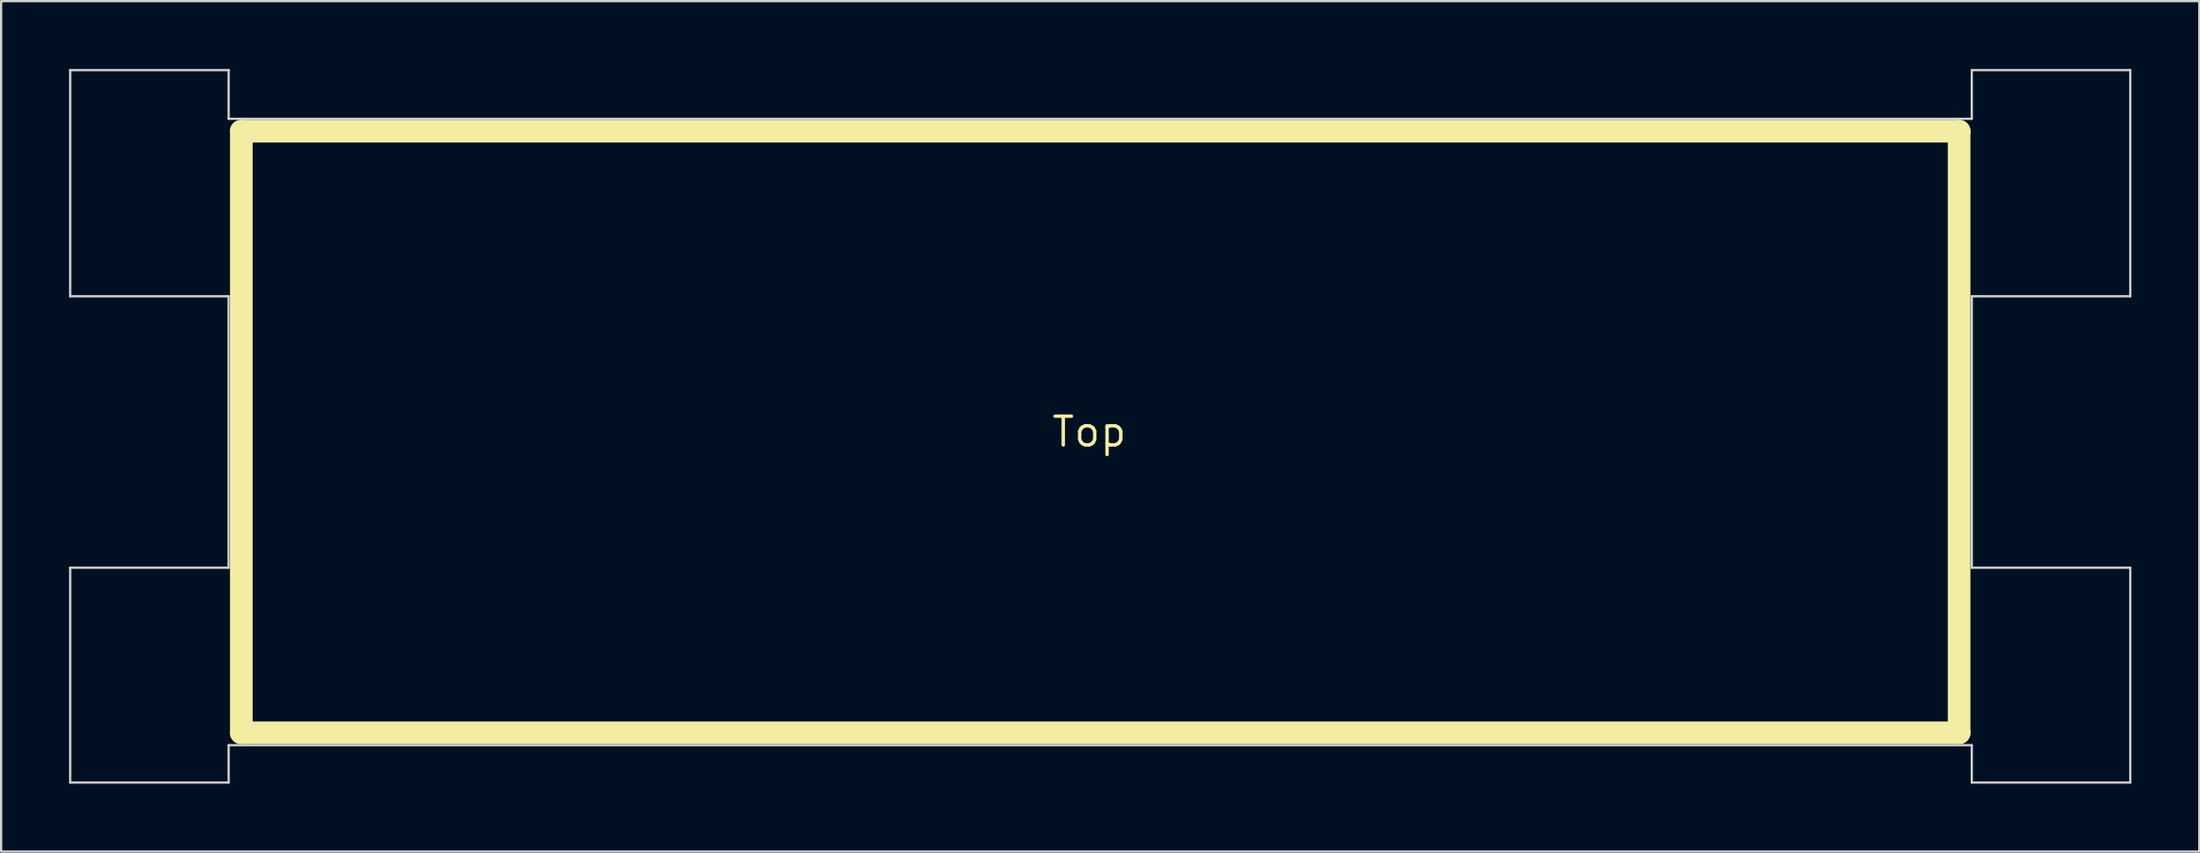
<source format=kicad_pcb>
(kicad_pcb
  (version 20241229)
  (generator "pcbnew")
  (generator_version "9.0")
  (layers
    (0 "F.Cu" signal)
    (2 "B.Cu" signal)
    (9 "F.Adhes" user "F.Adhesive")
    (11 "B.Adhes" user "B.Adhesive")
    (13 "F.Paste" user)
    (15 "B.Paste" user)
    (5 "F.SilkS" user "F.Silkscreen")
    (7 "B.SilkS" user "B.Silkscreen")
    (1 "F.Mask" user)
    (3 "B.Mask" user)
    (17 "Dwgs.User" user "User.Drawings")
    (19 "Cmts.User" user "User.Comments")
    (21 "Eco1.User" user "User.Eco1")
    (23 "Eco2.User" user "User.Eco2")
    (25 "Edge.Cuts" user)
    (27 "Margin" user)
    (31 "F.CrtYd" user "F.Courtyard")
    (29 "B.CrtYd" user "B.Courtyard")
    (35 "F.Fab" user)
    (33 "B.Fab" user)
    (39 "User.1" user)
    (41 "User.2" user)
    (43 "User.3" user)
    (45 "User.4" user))
  (footprint "Top"
    (layer "F.Cu")
    (at 45.55 16.05)
    (property "Reference" "Top" (at -0.484 -0.009 0) (layer "F.SilkS") (effects (font (size 1.27 1.27) (thickness 0.15))))
    (attr through_hole)
    (fp_poly (pts (xy -24.894 -4.96) (xy -29.508 -4.96) (xy -29.508 -1.68) (xy -25.169 -1.68) (xy -25.169 0.67) (xy -29.508 0.67) (xy -29.508 6.766) (xy -32.069 6.766) (xy -32.069 -7.31) (xy -24.894 -7.31) (xy -24.894 -4.96)) (stroke (width 0.01) (type solid)) (fill yes) (layer "F.Mask"))
    (fp_poly (pts (xy 22.266 -4.96) (xy 17.8 -4.96) (xy 17.8 -1.68) (xy 21.991 -1.68) (xy 21.991 0.67) (xy 17.8 0.67) (xy 17.8 4.416) (xy 22.435 4.416) (xy 22.435 6.766) (xy 15.217 6.766) (xy 15.217 -7.31) (xy 22.266 -7.31) (xy 22.266 -4.96)) (stroke (width 0.01) (type solid)) (fill yes) (layer "F.Mask"))
    (fp_poly (pts (xy 2.967 -7.305) (xy 4.137 -7.299) (xy 4.137 6.755) (xy 1.622 6.755) (xy -0.063 1.947) (xy -0.244 1.43) (xy -0.412 0.952) (xy -0.566 0.51) (xy -0.709 0.104) (xy -0.839 -0.267) (xy -0.958 -0.606) (xy -1.066 -0.914) (xy -1.164 -1.191) (xy -1.252 -1.441) (xy -1.331 -1.663) (xy -1.401 -1.86) (xy -1.463 -2.033) (xy -1.517 -2.183) (xy -1.563 -2.312) (xy -1.604 -2.421) (xy -1.637 -2.512) (xy -1.666 -2.586) (xy -1.689 -2.645) (xy -1.708 -2.689) (xy -1.722 -2.721) (xy -1.733 -2.742) (xy -1.741 -2.754) (xy -1.747 -2.757) (xy -1.75 -2.753) (xy -1.752 -2.744) (xy -1.753 -2.731) (xy -1.754 -2.72) (xy -1.754 -2.685) (xy -1.753 -2.611) (xy -1.75 -2.498) (xy -1.747 -2.348) (xy -1.743 -2.165) (xy -1.737 -1.949) (xy -1.731 -1.703) (xy -1.724 -1.428) (xy -1.716 -1.128) (xy -1.708 -0.803) (xy -1.698 -0.456) (xy -1.688 -0.089) (xy -1.678 0.296) (xy -1.667 0.697) (xy -1.656 1.112) (xy -1.644 1.539) (xy -1.632 1.955) (xy -1.62 2.392) (xy -1.608 2.818) (xy -1.596 3.233) (xy -1.585 3.633) (xy -1.574 4.017) (xy -1.564 4.383) (xy -1.555 4.729) (xy -1.546 5.052) (xy -1.538 5.351) (xy -1.53 5.624) (xy -1.524 5.868) (xy -1.518 6.083) (xy -1.513 6.264) (xy -1.509 6.412) (xy -1.507 6.523) (xy -1.505 6.595) (xy -1.504 6.627) (xy -1.504 6.766) (xy -3.833 6.766) (xy -3.833 -7.31) (xy -1.364 -7.31) (xy 0.36 -2.487) (xy 0.515 -2.052) (xy 0.667 -1.628) (xy 0.815 -1.216) (xy 0.957 -0.819) (xy 1.094 -0.438) (xy 1.225 -0.074) (xy 1.349 0.27) (xy 1.466 0.593) (xy 1.574 0.893) (xy 1.674 1.169) (xy 1.765 1.419) (xy 1.846 1.641) (xy 1.916 1.833) (xy 1.975 1.994) (xy 2.023 2.122) (xy 2.058 2.215) (xy 2.08 2.272) (xy 2.089 2.291) (xy 2.089 2.291) (xy 2.089 2.266) (xy 2.088 2.201) (xy 2.085 2.097) (xy 2.081 1.956) (xy 2.076 1.781) (xy 2.07 1.573) (xy 2.063 1.335) (xy 2.055 1.068) (xy 2.047 0.773) (xy 2.037 0.454) (xy 2.026 0.112) (xy 2.015 -0.252) (xy 2.003 -0.634) (xy 1.991 -1.034) (xy 1.978 -1.45) (xy 1.965 -1.878) (xy 1.951 -2.319) (xy 1.946 -2.45) (xy 1.932 -2.894) (xy 1.919 -3.328) (xy 1.905 -3.748) (xy 1.893 -4.154) (xy 1.88 -4.544) (xy 1.869 -4.915) (xy 1.858 -5.266) (xy 1.848 -5.594) (xy 1.838 -5.898) (xy 1.829 -6.176) (xy 1.822 -6.426) (xy 1.815 -6.646) (xy 1.809 -6.834) (xy 1.805 -6.987) (xy 1.801 -7.105) (xy 1.799 -7.185) (xy 1.798 -7.225) (xy 1.798 -7.229) (xy 1.798 -7.31) (xy 2.967 -7.305)) (stroke (width 0.01) (type solid)) (fill yes) (layer "F.Mask"))
    (fp_poly (pts (xy 7.73 -7.31) (xy 8.123 -7.31) (xy 8.489 -7.309) (xy 8.827 -7.308) (xy 9.133 -7.307) (xy 9.408 -7.305) (xy 9.649 -7.302) (xy 9.855 -7.3) (xy 10.024 -7.297) (xy 10.156 -7.294) (xy 10.247 -7.29) (xy 10.285 -7.288) (xy 10.666 -7.234) (xy 11.031 -7.143) (xy 11.378 -7.018) (xy 11.706 -6.859) (xy 12.01 -6.668) (xy 12.288 -6.446) (xy 12.538 -6.195) (xy 12.628 -6.088) (xy 12.842 -5.798) (xy 13.032 -5.487) (xy 13.2 -5.151) (xy 13.347 -4.79) (xy 13.473 -4.399) (xy 13.58 -3.976) (xy 13.669 -3.518) (xy 13.706 -3.278) (xy 13.712 -3.234) (xy 13.718 -3.186) (xy 13.722 -3.132) (xy 13.726 -3.068) (xy 13.73 -2.993) (xy 13.733 -2.904) (xy 13.736 -2.798) (xy 13.739 -2.672) (xy 13.741 -2.524) (xy 13.743 -2.352) (xy 13.745 -2.152) (xy 13.746 -1.923) (xy 13.748 -1.661) (xy 13.749 -1.365) (xy 13.751 -1.03) (xy 13.752 -0.717) (xy 13.753 -0.286) (xy 13.754 0.103) (xy 13.754 0.453) (xy 13.754 0.763) (xy 13.753 1.035) (xy 13.751 1.271) (xy 13.749 1.471) (xy 13.746 1.637) (xy 13.743 1.769) (xy 13.739 1.87) (xy 13.736 1.919) (xy 13.683 2.449) (xy 13.604 2.956) (xy 13.499 3.438) (xy 13.37 3.893) (xy 13.217 4.32) (xy 13.04 4.716) (xy 12.84 5.08) (xy 12.618 5.41) (xy 12.577 5.464) (xy 12.461 5.603) (xy 12.325 5.749) (xy 12.178 5.894) (xy 12.03 6.027) (xy 11.891 6.14) (xy 11.806 6.201) (xy 11.492 6.385) (xy 11.156 6.533) (xy 10.802 6.645) (xy 10.432 6.719) (xy 10.205 6.745) (xy 10.149 6.748) (xy 10.053 6.75) (xy 9.92 6.753) (xy 9.755 6.755) (xy 9.558 6.758) (xy 9.334 6.76) (xy 9.086 6.761) (xy 8.816 6.763) (xy 8.527 6.764) (xy 8.223 6.765) (xy 7.905 6.765) (xy 7.687 6.765) (xy 5.417 6.766) (xy 5.417 4.713) (xy 7.936 4.713) (xy 8.705 4.713) (xy 8.917 4.712) (xy 9.109 4.71) (xy 9.276 4.707) (xy 9.414 4.703) (xy 9.519 4.697) (xy 9.587 4.691) (xy 9.599 4.69) (xy 9.842 4.624) (xy 10.074 4.52) (xy 10.291 4.38) (xy 10.489 4.209) (xy 10.666 4.009) (xy 10.819 3.783) (xy 10.943 3.534) (xy 11.011 3.347) (xy 11.025 3.304) (xy 11.037 3.264) (xy 11.048 3.223) (xy 11.058 3.181) (xy 11.066 3.134) (xy 11.074 3.081) (xy 11.081 3.019) (xy 11.087 2.947) (xy 11.092 2.862) (xy 11.096 2.763) (xy 11.1 2.646) (xy 11.103 2.511) (xy 11.105 2.354) (xy 11.107 2.174) (xy 11.108 1.968) (xy 11.109 1.735) (xy 11.109 1.473) (xy 11.109 1.178) (xy 11.109 0.85) (xy 11.108 0.486) (xy 11.108 0.083) (xy 11.107 -0.357) (xy 11.1 -3.553) (xy 11.054 -3.716) (xy 10.95 -4.018) (xy 10.818 -4.288) (xy 10.66 -4.526) (xy 10.476 -4.732) (xy 10.265 -4.904) (xy 10.028 -5.043) (xy 10 -5.057) (xy 9.915 -5.096) (xy 9.84 -5.129) (xy 9.77 -5.155) (xy 9.7 -5.176) (xy 9.624 -5.192) (xy 9.538 -5.204) (xy 9.435 -5.213) (xy 9.312 -5.219) (xy 9.162 -5.224) (xy 8.981 -5.227) (xy 8.763 -5.23) (xy 8.735 -5.23) (xy 7.936 -5.24) (xy 7.936 4.713) (xy 5.417 4.713) (xy 5.417 -7.31) (xy 7.73 -7.31)) (stroke (width 0.01) (type solid)) (fill yes) (layer "F.Mask"))
    (fp_poly (pts (xy -11.326 -3.008) (xy -11.325 -2.503) (xy -11.325 -2.016) (xy -11.325 -1.548) (xy -11.324 -1.103) (xy -11.323 -0.68) (xy -11.322 -0.282) (xy -11.321 0.09) (xy -11.319 0.433) (xy -11.318 0.747) (xy -11.316 1.029) (xy -11.314 1.279) (xy -11.312 1.494) (xy -11.31 1.673) (xy -11.308 1.813) (xy -11.306 1.915) (xy -11.304 1.961) (xy -11.284 2.322) (xy -11.258 2.644) (xy -11.225 2.933) (xy -11.186 3.192) (xy -11.139 3.425) (xy -11.084 3.636) (xy -11.05 3.746) (xy -10.952 4.007) (xy -10.844 4.229) (xy -10.726 4.413) (xy -10.595 4.562) (xy -10.451 4.677) (xy -10.338 4.74) (xy -10.171 4.811) (xy -10.016 4.859) (xy -9.858 4.888) (xy -9.685 4.9) (xy -9.517 4.898) (xy -9.297 4.882) (xy -9.11 4.85) (xy -8.948 4.798) (xy -8.804 4.723) (xy -8.671 4.623) (xy -8.55 4.504) (xy -8.417 4.33) (xy -8.298 4.117) (xy -8.195 3.865) (xy -8.108 3.574) (xy -8.035 3.244) (xy -8.035 3.242) (xy -8.005 3.074) (xy -7.981 2.915) (xy -7.96 2.757) (xy -7.943 2.593) (xy -7.929 2.418) (xy -7.918 2.225) (xy -7.908 2.007) (xy -7.9 1.757) (xy -7.896 1.58) (xy -7.89 1.371) (xy -7.884 1.153) (xy -7.878 0.934) (xy -7.871 0.723) (xy -7.865 0.53) (xy -7.858 0.364) (xy -7.855 0.268) (xy -7.852 0.188) (xy -7.85 0.069) (xy -7.848 -0.088) (xy -7.845 -0.281) (xy -7.843 -0.507) (xy -7.842 -0.763) (xy -7.84 -1.048) (xy -7.838 -1.359) (xy -7.837 -1.694) (xy -7.836 -2.051) (xy -7.835 -2.426) (xy -7.834 -2.819) (xy -7.834 -3.226) (xy -7.833 -3.646) (xy -7.833 -3.876) (xy -7.833 -7.522) (xy -5.291 -7.522) (xy -5.299 -3.103) (xy -5.3 -2.586) (xy -5.301 -2.109) (xy -5.302 -1.67) (xy -5.303 -1.267) (xy -5.304 -0.899) (xy -5.305 -0.564) (xy -5.307 -0.258) (xy -5.308 0.019) (xy -5.31 0.269) (xy -5.312 0.496) (xy -5.314 0.7) (xy -5.316 0.883) (xy -5.319 1.049) (xy -5.322 1.198) (xy -5.325 1.332) (xy -5.329 1.454) (xy -5.334 1.566) (xy -5.339 1.67) (xy -5.344 1.767) (xy -5.35 1.86) (xy -5.357 1.95) (xy -5.364 2.04) (xy -5.372 2.132) (xy -5.38 2.227) (xy -5.389 2.321) (xy -5.449 2.856) (xy -5.526 3.354) (xy -5.62 3.814) (xy -5.731 4.238) (xy -5.861 4.625) (xy -6.008 4.978) (xy -6.173 5.296) (xy -6.337 5.553) (xy -6.447 5.695) (xy -6.582 5.848) (xy -6.733 6.002) (xy -6.891 6.147) (xy -7.043 6.274) (xy -7.114 6.327) (xy -7.354 6.484) (xy -7.599 6.617) (xy -7.854 6.728) (xy -8.123 6.816) (xy -8.41 6.883) (xy -8.721 6.931) (xy -9.06 6.961) (xy -9.431 6.974) (xy -9.611 6.974) (xy -9.759 6.973) (xy -9.895 6.971) (xy -10.014 6.97) (xy -10.108 6.967) (xy -10.172 6.965) (xy -10.193 6.964) (xy -10.531 6.917) (xy -10.833 6.861) (xy -11.105 6.794) (xy -11.353 6.715) (xy -11.582 6.621) (xy -11.799 6.511) (xy -11.883 6.461) (xy -12.072 6.341) (xy -12.236 6.222) (xy -12.387 6.091) (xy -12.542 5.938) (xy -12.556 5.924) (xy -12.766 5.678) (xy -12.957 5.403) (xy -13.13 5.097) (xy -13.284 4.759) (xy -13.419 4.388) (xy -13.537 3.983) (xy -13.638 3.543) (xy -13.722 3.067) (xy -13.789 2.554) (xy -13.833 2.088) (xy -13.841 1.976) (xy -13.849 1.866) (xy -13.857 1.755) (xy -13.863 1.642) (xy -13.869 1.525) (xy -13.875 1.401) (xy -13.88 1.269) (xy -13.884 1.127) (xy -13.888 0.972) (xy -13.892 0.802) (xy -13.895 0.616) (xy -13.898 0.411) (xy -13.9 0.185) (xy -13.902 -0.064) (xy -13.903 -0.338) (xy -13.905 -0.638) (xy -13.906 -0.968) (xy -13.907 -1.328) (xy -13.907 -1.722) (xy -13.907 -2.151) (xy -13.908 -2.617) (xy -13.908 -3.122) (xy -13.908 -3.389) (xy -13.908 -7.522) (xy -11.326 -7.522) (xy -11.326 -3.008)) (stroke (width 0.01) (type solid)) (fill yes) (layer "F.Mask"))
    (fp_poly (pts (xy 26.092 -7.304) (xy 26.487 -7.303) (xy 26.843 -7.302) (xy 27.161 -7.301) (xy 27.444 -7.3) (xy 27.695 -7.298) (xy 27.916 -7.296) (xy 28.11 -7.294) (xy 28.28 -7.291) (xy 28.426 -7.288) (xy 28.553 -7.284) (xy 28.663 -7.279) (xy 28.758 -7.273) (xy 28.841 -7.266) (xy 28.914 -7.258) (xy 28.98 -7.249) (xy 29.041 -7.239) (xy 29.1 -7.227) (xy 29.159 -7.213) (xy 29.221 -7.199) (xy 29.288 -7.182) (xy 29.293 -7.181) (xy 29.638 -7.075) (xy 29.957 -6.936) (xy 30.251 -6.764) (xy 30.517 -6.56) (xy 30.755 -6.324) (xy 30.964 -6.058) (xy 31.143 -5.763) (xy 31.291 -5.438) (xy 31.336 -5.319) (xy 31.412 -5.081) (xy 31.472 -4.845) (xy 31.518 -4.603) (xy 31.55 -4.347) (xy 31.571 -4.069) (xy 31.58 -3.762) (xy 31.58 -3.616) (xy 31.573 -3.26) (xy 31.552 -2.937) (xy 31.516 -2.638) (xy 31.463 -2.356) (xy 31.394 -2.084) (xy 31.348 -1.937) (xy 31.284 -1.76) (xy 31.205 -1.574) (xy 31.117 -1.393) (xy 31.028 -1.23) (xy 30.962 -1.124) (xy 30.782 -0.896) (xy 30.57 -0.693) (xy 30.328 -0.515) (xy 30.061 -0.367) (xy 29.773 -0.25) (xy 29.685 -0.222) (xy 29.587 -0.193) (xy 29.531 -0.171) (xy 29.515 -0.155) (xy 29.54 -0.141) (xy 29.606 -0.126) (xy 29.685 -0.112) (xy 29.947 -0.048) (xy 30.198 0.048) (xy 30.433 0.175) (xy 30.646 0.327) (xy 30.833 0.502) (xy 30.99 0.696) (xy 31.103 0.891) (xy 31.169 1.041) (xy 31.227 1.197) (xy 31.276 1.363) (xy 31.318 1.544) (xy 31.354 1.745) (xy 31.384 1.968) (xy 31.408 2.219) (xy 31.428 2.501) (xy 31.444 2.818) (xy 31.452 3.041) (xy 31.468 3.492) (xy 31.483 3.902) (xy 31.498 4.272) (xy 31.513 4.603) (xy 31.528 4.897) (xy 31.542 5.154) (xy 31.557 5.376) (xy 31.572 5.563) (xy 31.587 5.717) (xy 31.602 5.84) (xy 31.617 5.932) (xy 31.622 5.955) (xy 31.687 6.166) (xy 31.776 6.348) (xy 31.886 6.497) (xy 31.913 6.525) (xy 31.975 6.591) (xy 32.01 6.641) (xy 32.023 6.685) (xy 32.024 6.7) (xy 32.024 6.766) (xy 29.277 6.766) (xy 29.199 6.585) (xy 29.158 6.48) (xy 29.117 6.367) (xy 29.086 6.266) (xy 29.082 6.248) (xy 29.063 6.159) (xy 29.046 6.045) (xy 29.029 5.903) (xy 29.015 5.732) (xy 29.001 5.529) (xy 28.988 5.293) (xy 28.976 5.022) (xy 28.964 4.713) (xy 28.954 4.366) (xy 28.945 4.035) (xy 28.939 3.802) (xy 28.933 3.575) (xy 28.927 3.359) (xy 28.921 3.159) (xy 28.916 2.979) (xy 28.911 2.825) (xy 28.907 2.699) (xy 28.904 2.609) (xy 28.902 2.568) (xy 28.868 2.238) (xy 28.802 1.923) (xy 28.705 1.63) (xy 28.61 1.423) (xy 28.509 1.259) (xy 28.392 1.127) (xy 28.252 1.021) (xy 28.084 0.938) (xy 27.901 0.877) (xy 27.856 0.865) (xy 27.811 0.856) (xy 27.761 0.848) (xy 27.7 0.842) (xy 27.625 0.837) (xy 27.531 0.833) (xy 27.412 0.83) (xy 27.264 0.827) (xy 27.082 0.825) (xy 26.917 0.823) (xy 26.097 0.814) (xy 26.097 6.766) (xy 23.515 6.766) (xy 23.515 -1.124) (xy 26.033 -1.124) (xy 26.716 -1.135) (xy 26.938 -1.139) (xy 27.122 -1.144) (xy 27.273 -1.15) (xy 27.395 -1.158) (xy 27.493 -1.167) (xy 27.571 -1.178) (xy 27.587 -1.18) (xy 27.856 -1.247) (xy 28.094 -1.343) (xy 28.301 -1.466) (xy 28.476 -1.618) (xy 28.501 -1.645) (xy 28.631 -1.816) (xy 28.74 -2.02) (xy 28.83 -2.249) (xy 28.898 -2.499) (xy 28.946 -2.763) (xy 28.971 -3.035) (xy 28.974 -3.311) (xy 28.954 -3.583) (xy 28.911 -3.846) (xy 28.843 -4.095) (xy 28.751 -4.323) (xy 28.75 -4.324) (xy 28.633 -4.522) (xy 28.485 -4.698) (xy 28.313 -4.846) (xy 28.128 -4.957) (xy 28.037 -5) (xy 27.954 -5.035) (xy 27.874 -5.064) (xy 27.792 -5.087) (xy 27.702 -5.105) (xy 27.599 -5.118) (xy 27.478 -5.128) (xy 27.333 -5.135) (xy 27.159 -5.14) (xy 26.952 -5.144) (xy 26.811 -5.145) (xy 26.033 -5.155) (xy 26.033 -1.124) (xy 23.515 -1.124) (xy 23.515 -7.312) (xy 26.092 -7.304)) (stroke (width 0.01) (type solid)) (fill yes) (layer "F.Mask"))
    (fp_poly (pts (xy -18.792 -7.509) (xy -18.453 -7.478) (xy -18.137 -7.43) (xy -18.051 -7.414) (xy -17.676 -7.316) (xy -17.326 -7.185) (xy -17.001 -7.019) (xy -16.7 -6.819) (xy -16.425 -6.585) (xy -16.176 -6.317) (xy -15.951 -6.015) (xy -15.775 -5.723) (xy -15.667 -5.5) (xy -15.561 -5.242) (xy -15.461 -4.955) (xy -15.369 -4.644) (xy -15.285 -4.317) (xy -15.212 -3.98) (xy -15.151 -3.64) (xy -15.105 -3.309) (xy -15.08 -3.07) (xy -15.057 -2.794) (xy -15.035 -2.49) (xy -15.015 -2.164) (xy -14.997 -1.822) (xy -14.982 -1.472) (xy -14.969 -1.119) (xy -14.96 -0.772) (xy -14.953 -0.435) (xy -14.951 -0.118) (xy -14.952 0.175) (xy -14.954 0.299) (xy -14.969 0.843) (xy -14.989 1.348) (xy -15.015 1.815) (xy -15.048 2.248) (xy -15.087 2.65) (xy -15.134 3.023) (xy -15.189 3.369) (xy -15.252 3.692) (xy -15.324 3.993) (xy -15.404 4.276) (xy -15.494 4.543) (xy -15.594 4.796) (xy -15.687 5.004) (xy -15.806 5.238) (xy -15.928 5.443) (xy -16.062 5.63) (xy -16.217 5.813) (xy -16.361 5.963) (xy -16.608 6.191) (xy -16.859 6.385) (xy -17.121 6.547) (xy -17.398 6.68) (xy -17.698 6.788) (xy -18.025 6.874) (xy -18.3 6.926) (xy -18.402 6.938) (xy -18.539 6.949) (xy -18.702 6.958) (xy -18.885 6.964) (xy -19.079 6.968) (xy -19.276 6.97) (xy -19.469 6.97) (xy -19.65 6.967) (xy -19.811 6.962) (xy -19.944 6.954) (xy -20.025 6.945) (xy -20.371 6.89) (xy -20.683 6.819) (xy -20.968 6.731) (xy -21.232 6.624) (xy -21.363 6.561) (xy -21.671 6.383) (xy -21.951 6.177) (xy -22.205 5.942) (xy -22.433 5.676) (xy -22.637 5.378) (xy -22.818 5.046) (xy -22.977 4.679) (xy -23.057 4.459) (xy -23.145 4.181) (xy -23.222 3.897) (xy -23.291 3.601) (xy -23.351 3.289) (xy -23.403 2.957) (xy -23.448 2.599) (xy -23.487 2.212) (xy -23.52 1.791) (xy -23.542 1.432) (xy -23.549 1.292) (xy -23.554 1.116) (xy -23.559 0.91) (xy -23.562 0.679) (xy -23.565 0.428) (xy -23.567 0.163) (xy -23.567 0.083) (xy -20.993 0.083) (xy -20.992 0.407) (xy -20.991 0.721) (xy -20.988 1.022) (xy -20.984 1.306) (xy -20.98 1.568) (xy -20.974 1.804) (xy -20.966 2.012) (xy -20.958 2.186) (xy -20.956 2.215) (xy -20.928 2.582) (xy -20.892 2.911) (xy -20.846 3.206) (xy -20.791 3.472) (xy -20.725 3.713) (xy -20.647 3.932) (xy -20.556 4.135) (xy -20.532 4.181) (xy -20.415 4.378) (xy -20.291 4.534) (xy -20.157 4.653) (xy -20.082 4.7) (xy -19.943 4.768) (xy -19.786 4.828) (xy -19.634 4.872) (xy -19.591 4.882) (xy -19.505 4.893) (xy -19.39 4.899) (xy -19.259 4.9) (xy -19.123 4.897) (xy -18.997 4.89) (xy -18.892 4.879) (xy -18.854 4.872) (xy -18.644 4.81) (xy -18.458 4.716) (xy -18.294 4.589) (xy -18.147 4.427) (xy -18.018 4.227) (xy -17.972 4.141) (xy -17.904 3.993) (xy -17.846 3.84) (xy -17.795 3.672) (xy -17.748 3.479) (xy -17.72 3.346) (xy -17.683 3.152) (xy -17.653 2.971) (xy -17.629 2.796) (xy -17.609 2.618) (xy -17.594 2.427) (xy -17.583 2.215) (xy -17.573 1.973) (xy -17.57 1.855) (xy -17.564 1.662) (xy -17.557 1.439) (xy -17.549 1.199) (xy -17.542 0.955) (xy -17.534 0.719) (xy -17.526 0.503) (xy -17.525 0.479) (xy -17.517 0.164) (xy -17.512 -0.182) (xy -17.51 -0.551) (xy -17.512 -0.93) (xy -17.517 -1.31) (xy -17.526 -1.681) (xy -17.537 -2.032) (xy -17.548 -2.293) (xy -17.571 -2.686) (xy -17.598 -3.039) (xy -17.63 -3.351) (xy -17.668 -3.626) (xy -17.71 -3.865) (xy -17.757 -4.068) (xy -17.791 -4.183) (xy -17.839 -4.31) (xy -17.904 -4.458) (xy -17.979 -4.612) (xy -18.058 -4.759) (xy -18.133 -4.884) (xy -18.148 -4.907) (xy -18.292 -5.083) (xy -18.46 -5.225) (xy -18.652 -5.332) (xy -18.868 -5.404) (xy -19.108 -5.442) (xy -19.257 -5.447) (xy -19.496 -5.433) (xy -19.715 -5.391) (xy -19.913 -5.319) (xy -20.092 -5.216) (xy -20.252 -5.082) (xy -20.395 -4.915) (xy -20.52 -4.713) (xy -20.629 -4.477) (xy -20.722 -4.205) (xy -20.8 -3.896) (xy -20.865 -3.549) (xy -20.916 -3.163) (xy -20.923 -3.092) (xy -20.934 -2.965) (xy -20.943 -2.8) (xy -20.952 -2.6) (xy -20.96 -2.371) (xy -20.968 -2.114) (xy -20.974 -1.836) (xy -20.98 -1.539) (xy -20.984 -1.227) (xy -20.988 -0.906) (xy -20.99 -0.577) (xy -20.992 -0.246) (xy -20.993 0.083) (xy -23.567 0.083) (xy -23.568 -0.11) (xy -23.568 -0.385) (xy -23.567 -0.658) (xy -23.565 -0.922) (xy -23.562 -1.172) (xy -23.559 -1.402) (xy -23.554 -1.607) (xy -23.549 -1.781) (xy -23.542 -1.918) (xy -23.542 -1.923) (xy -23.507 -2.439) (xy -23.466 -2.916) (xy -23.417 -3.356) (xy -23.359 -3.762) (xy -23.293 -4.136) (xy -23.217 -4.481) (xy -23.13 -4.799) (xy -23.033 -5.094) (xy -22.923 -5.367) (xy -22.801 -5.621) (xy -22.665 -5.858) (xy -22.515 -6.082) (xy -22.35 -6.295) (xy -22.265 -6.395) (xy -22.019 -6.645) (xy -21.755 -6.862) (xy -21.469 -7.045) (xy -21.158 -7.198) (xy -20.82 -7.321) (xy -20.463 -7.414) (xy -20.166 -7.466) (xy -19.84 -7.502) (xy -19.496 -7.521) (xy -19.143 -7.523) (xy -18.792 -7.509)) (stroke (width 0.01) (type solid)) (fill yes) (layer "F.Mask"))
    (fp_poly (pts (xy -24.894 -4.96) (xy -29.508 -4.96) (xy -29.508 -1.68) (xy -25.169 -1.68) (xy -25.169 0.67) (xy -29.508 0.67) (xy -29.508 6.766) (xy -32.069 6.766) (xy -32.069 -7.31) (xy -24.894 -7.31) (xy -24.894 -4.96)) (stroke (width 0.01) (type solid)) (fill yes) (layer "B.Mask"))
    (fp_poly (pts (xy 22.266 -4.96) (xy 17.8 -4.96) (xy 17.8 -1.68) (xy 21.991 -1.68) (xy 21.991 0.67) (xy 17.8 0.67) (xy 17.8 4.416) (xy 22.435 4.416) (xy 22.435 6.766) (xy 15.217 6.766) (xy 15.217 -7.31) (xy 22.266 -7.31) (xy 22.266 -4.96)) (stroke (width 0.01) (type solid)) (fill yes) (layer "B.Mask"))
    (fp_poly (pts (xy 2.967 -7.305) (xy 4.137 -7.299) (xy 4.137 6.755) (xy 1.622 6.755) (xy -0.063 1.947) (xy -0.244 1.43) (xy -0.412 0.952) (xy -0.566 0.51) (xy -0.709 0.104) (xy -0.839 -0.267) (xy -0.958 -0.606) (xy -1.066 -0.914) (xy -1.164 -1.191) (xy -1.252 -1.441) (xy -1.331 -1.663) (xy -1.401 -1.86) (xy -1.463 -2.033) (xy -1.517 -2.183) (xy -1.563 -2.312) (xy -1.604 -2.421) (xy -1.637 -2.512) (xy -1.666 -2.586) (xy -1.689 -2.645) (xy -1.708 -2.689) (xy -1.722 -2.721) (xy -1.733 -2.742) (xy -1.741 -2.754) (xy -1.747 -2.757) (xy -1.75 -2.753) (xy -1.752 -2.744) (xy -1.753 -2.731) (xy -1.754 -2.72) (xy -1.754 -2.685) (xy -1.753 -2.611) (xy -1.75 -2.498) (xy -1.747 -2.348) (xy -1.743 -2.165) (xy -1.737 -1.949) (xy -1.731 -1.703) (xy -1.724 -1.428) (xy -1.716 -1.128) (xy -1.708 -0.803) (xy -1.698 -0.456) (xy -1.688 -0.089) (xy -1.678 0.296) (xy -1.667 0.697) (xy -1.656 1.112) (xy -1.644 1.539) (xy -1.632 1.955) (xy -1.62 2.392) (xy -1.608 2.818) (xy -1.596 3.233) (xy -1.585 3.633) (xy -1.574 4.017) (xy -1.564 4.383) (xy -1.555 4.729) (xy -1.546 5.052) (xy -1.538 5.351) (xy -1.53 5.624) (xy -1.524 5.868) (xy -1.518 6.083) (xy -1.513 6.264) (xy -1.509 6.412) (xy -1.507 6.523) (xy -1.505 6.595) (xy -1.504 6.627) (xy -1.504 6.766) (xy -3.833 6.766) (xy -3.833 -7.31) (xy -1.364 -7.31) (xy 0.36 -2.487) (xy 0.515 -2.052) (xy 0.667 -1.628) (xy 0.815 -1.216) (xy 0.957 -0.819) (xy 1.094 -0.438) (xy 1.225 -0.074) (xy 1.349 0.27) (xy 1.466 0.593) (xy 1.574 0.893) (xy 1.674 1.169) (xy 1.765 1.419) (xy 1.846 1.641) (xy 1.916 1.833) (xy 1.975 1.994) (xy 2.023 2.122) (xy 2.058 2.215) (xy 2.08 2.272) (xy 2.089 2.291) (xy 2.089 2.291) (xy 2.089 2.266) (xy 2.088 2.201) (xy 2.085 2.097) (xy 2.081 1.956) (xy 2.076 1.781) (xy 2.07 1.573) (xy 2.063 1.335) (xy 2.055 1.068) (xy 2.047 0.773) (xy 2.037 0.454) (xy 2.026 0.112) (xy 2.015 -0.252) (xy 2.003 -0.634) (xy 1.991 -1.034) (xy 1.978 -1.45) (xy 1.965 -1.878) (xy 1.951 -2.319) (xy 1.946 -2.45) (xy 1.932 -2.894) (xy 1.919 -3.328) (xy 1.905 -3.748) (xy 1.893 -4.154) (xy 1.88 -4.544) (xy 1.869 -4.915) (xy 1.858 -5.266) (xy 1.848 -5.594) (xy 1.838 -5.898) (xy 1.829 -6.176) (xy 1.822 -6.426) (xy 1.815 -6.646) (xy 1.809 -6.834) (xy 1.805 -6.987) (xy 1.801 -7.105) (xy 1.799 -7.185) (xy 1.798 -7.225) (xy 1.798 -7.229) (xy 1.798 -7.31) (xy 2.967 -7.305)) (stroke (width 0.01) (type solid)) (fill yes) (layer "B.Mask"))
    (fp_poly (pts (xy 7.73 -7.31) (xy 8.123 -7.31) (xy 8.489 -7.309) (xy 8.827 -7.308) (xy 9.133 -7.307) (xy 9.408 -7.305) (xy 9.649 -7.302) (xy 9.855 -7.3) (xy 10.024 -7.297) (xy 10.156 -7.294) (xy 10.247 -7.29) (xy 10.285 -7.288) (xy 10.666 -7.234) (xy 11.031 -7.143) (xy 11.378 -7.018) (xy 11.706 -6.859) (xy 12.01 -6.668) (xy 12.288 -6.446) (xy 12.538 -6.195) (xy 12.628 -6.088) (xy 12.842 -5.798) (xy 13.032 -5.487) (xy 13.2 -5.151) (xy 13.347 -4.79) (xy 13.473 -4.399) (xy 13.58 -3.976) (xy 13.669 -3.518) (xy 13.706 -3.278) (xy 13.712 -3.234) (xy 13.718 -3.186) (xy 13.722 -3.132) (xy 13.726 -3.068) (xy 13.73 -2.993) (xy 13.733 -2.904) (xy 13.736 -2.798) (xy 13.739 -2.672) (xy 13.741 -2.524) (xy 13.743 -2.352) (xy 13.745 -2.152) (xy 13.746 -1.923) (xy 13.748 -1.661) (xy 13.749 -1.365) (xy 13.751 -1.03) (xy 13.752 -0.717) (xy 13.753 -0.286) (xy 13.754 0.103) (xy 13.754 0.453) (xy 13.754 0.763) (xy 13.753 1.035) (xy 13.751 1.271) (xy 13.749 1.471) (xy 13.746 1.637) (xy 13.743 1.769) (xy 13.739 1.87) (xy 13.736 1.919) (xy 13.683 2.449) (xy 13.604 2.956) (xy 13.499 3.438) (xy 13.37 3.893) (xy 13.217 4.32) (xy 13.04 4.716) (xy 12.84 5.08) (xy 12.618 5.41) (xy 12.577 5.464) (xy 12.461 5.603) (xy 12.325 5.749) (xy 12.178 5.894) (xy 12.03 6.027) (xy 11.891 6.14) (xy 11.806 6.201) (xy 11.492 6.385) (xy 11.156 6.533) (xy 10.802 6.645) (xy 10.432 6.719) (xy 10.205 6.745) (xy 10.149 6.748) (xy 10.053 6.75) (xy 9.92 6.753) (xy 9.755 6.755) (xy 9.558 6.758) (xy 9.334 6.76) (xy 9.086 6.761) (xy 8.816 6.763) (xy 8.527 6.764) (xy 8.223 6.765) (xy 7.905 6.765) (xy 7.687 6.765) (xy 5.417 6.766) (xy 5.417 4.713) (xy 7.936 4.713) (xy 8.705 4.713) (xy 8.917 4.712) (xy 9.109 4.71) (xy 9.276 4.707) (xy 9.414 4.703) (xy 9.519 4.697) (xy 9.587 4.691) (xy 9.599 4.69) (xy 9.842 4.624) (xy 10.074 4.52) (xy 10.291 4.38) (xy 10.489 4.209) (xy 10.666 4.009) (xy 10.819 3.783) (xy 10.943 3.534) (xy 11.011 3.347) (xy 11.025 3.304) (xy 11.037 3.264) (xy 11.048 3.223) (xy 11.058 3.181) (xy 11.066 3.134) (xy 11.074 3.081) (xy 11.081 3.019) (xy 11.087 2.947) (xy 11.092 2.862) (xy 11.096 2.763) (xy 11.1 2.646) (xy 11.103 2.511) (xy 11.105 2.354) (xy 11.107 2.174) (xy 11.108 1.968) (xy 11.109 1.735) (xy 11.109 1.473) (xy 11.109 1.178) (xy 11.109 0.85) (xy 11.108 0.486) (xy 11.108 0.083) (xy 11.107 -0.357) (xy 11.1 -3.553) (xy 11.054 -3.716) (xy 10.95 -4.018) (xy 10.818 -4.288) (xy 10.66 -4.526) (xy 10.476 -4.732) (xy 10.265 -4.904) (xy 10.028 -5.043) (xy 10 -5.057) (xy 9.915 -5.096) (xy 9.84 -5.129) (xy 9.77 -5.155) (xy 9.7 -5.176) (xy 9.624 -5.192) (xy 9.538 -5.204) (xy 9.435 -5.213) (xy 9.312 -5.219) (xy 9.162 -5.224) (xy 8.981 -5.227) (xy 8.763 -5.23) (xy 8.735 -5.23) (xy 7.936 -5.24) (xy 7.936 4.713) (xy 5.417 4.713) (xy 5.417 -7.31) (xy 7.73 -7.31)) (stroke (width 0.01) (type solid)) (fill yes) (layer "B.Mask"))
    (fp_poly (pts (xy -11.326 -3.008) (xy -11.325 -2.503) (xy -11.325 -2.016) (xy -11.325 -1.548) (xy -11.324 -1.103) (xy -11.323 -0.68) (xy -11.322 -0.282) (xy -11.321 0.09) (xy -11.319 0.433) (xy -11.318 0.747) (xy -11.316 1.029) (xy -11.314 1.279) (xy -11.312 1.494) (xy -11.31 1.673) (xy -11.308 1.813) (xy -11.306 1.915) (xy -11.304 1.961) (xy -11.284 2.322) (xy -11.258 2.644) (xy -11.225 2.933) (xy -11.186 3.192) (xy -11.139 3.425) (xy -11.084 3.636) (xy -11.05 3.746) (xy -10.952 4.007) (xy -10.844 4.229) (xy -10.726 4.413) (xy -10.595 4.562) (xy -10.451 4.677) (xy -10.338 4.74) (xy -10.171 4.811) (xy -10.016 4.859) (xy -9.858 4.888) (xy -9.685 4.9) (xy -9.517 4.898) (xy -9.297 4.882) (xy -9.11 4.85) (xy -8.948 4.798) (xy -8.804 4.723) (xy -8.671 4.623) (xy -8.55 4.504) (xy -8.417 4.33) (xy -8.298 4.117) (xy -8.195 3.865) (xy -8.108 3.574) (xy -8.035 3.244) (xy -8.035 3.242) (xy -8.005 3.074) (xy -7.981 2.915) (xy -7.96 2.757) (xy -7.943 2.593) (xy -7.929 2.418) (xy -7.918 2.225) (xy -7.908 2.007) (xy -7.9 1.757) (xy -7.896 1.58) (xy -7.89 1.371) (xy -7.884 1.153) (xy -7.878 0.934) (xy -7.871 0.723) (xy -7.865 0.53) (xy -7.858 0.364) (xy -7.855 0.268) (xy -7.852 0.188) (xy -7.85 0.069) (xy -7.848 -0.088) (xy -7.845 -0.281) (xy -7.843 -0.507) (xy -7.842 -0.763) (xy -7.84 -1.048) (xy -7.838 -1.359) (xy -7.837 -1.694) (xy -7.836 -2.051) (xy -7.835 -2.426) (xy -7.834 -2.819) (xy -7.834 -3.226) (xy -7.833 -3.646) (xy -7.833 -3.876) (xy -7.833 -7.522) (xy -5.291 -7.522) (xy -5.299 -3.103) (xy -5.3 -2.586) (xy -5.301 -2.109) (xy -5.302 -1.67) (xy -5.303 -1.267) (xy -5.304 -0.899) (xy -5.305 -0.564) (xy -5.307 -0.258) (xy -5.308 0.019) (xy -5.31 0.269) (xy -5.312 0.496) (xy -5.314 0.7) (xy -5.316 0.883) (xy -5.319 1.049) (xy -5.322 1.198) (xy -5.325 1.332) (xy -5.329 1.454) (xy -5.334 1.566) (xy -5.339 1.67) (xy -5.344 1.767) (xy -5.35 1.86) (xy -5.357 1.95) (xy -5.364 2.04) (xy -5.372 2.132) (xy -5.38 2.227) (xy -5.389 2.321) (xy -5.449 2.856) (xy -5.526 3.354) (xy -5.62 3.814) (xy -5.731 4.238) (xy -5.861 4.625) (xy -6.008 4.978) (xy -6.173 5.296) (xy -6.337 5.553) (xy -6.447 5.695) (xy -6.582 5.848) (xy -6.733 6.002) (xy -6.891 6.147) (xy -7.043 6.274) (xy -7.114 6.327) (xy -7.354 6.484) (xy -7.599 6.617) (xy -7.854 6.728) (xy -8.123 6.816) (xy -8.41 6.883) (xy -8.721 6.931) (xy -9.06 6.961) (xy -9.431 6.974) (xy -9.611 6.974) (xy -9.759 6.973) (xy -9.895 6.971) (xy -10.014 6.97) (xy -10.108 6.967) (xy -10.172 6.965) (xy -10.193 6.964) (xy -10.531 6.917) (xy -10.833 6.861) (xy -11.105 6.794) (xy -11.353 6.715) (xy -11.582 6.621) (xy -11.799 6.511) (xy -11.883 6.461) (xy -12.072 6.341) (xy -12.236 6.222) (xy -12.387 6.091) (xy -12.542 5.938) (xy -12.556 5.924) (xy -12.766 5.678) (xy -12.957 5.403) (xy -13.13 5.097) (xy -13.284 4.759) (xy -13.419 4.388) (xy -13.537 3.983) (xy -13.638 3.543) (xy -13.722 3.067) (xy -13.789 2.554) (xy -13.833 2.088) (xy -13.841 1.976) (xy -13.849 1.866) (xy -13.857 1.755) (xy -13.863 1.642) (xy -13.869 1.525) (xy -13.875 1.401) (xy -13.88 1.269) (xy -13.884 1.127) (xy -13.888 0.972) (xy -13.892 0.802) (xy -13.895 0.616) (xy -13.898 0.411) (xy -13.9 0.185) (xy -13.902 -0.064) (xy -13.903 -0.338) (xy -13.905 -0.638) (xy -13.906 -0.968) (xy -13.907 -1.328) (xy -13.907 -1.722) (xy -13.907 -2.151) (xy -13.908 -2.617) (xy -13.908 -3.122) (xy -13.908 -3.389) (xy -13.908 -7.522) (xy -11.326 -7.522) (xy -11.326 -3.008)) (stroke (width 0.01) (type solid)) (fill yes) (layer "B.Mask"))
    (fp_poly (pts (xy 26.092 -7.304) (xy 26.487 -7.303) (xy 26.843 -7.302) (xy 27.161 -7.301) (xy 27.444 -7.3) (xy 27.695 -7.298) (xy 27.916 -7.296) (xy 28.11 -7.294) (xy 28.28 -7.291) (xy 28.426 -7.288) (xy 28.553 -7.284) (xy 28.663 -7.279) (xy 28.758 -7.273) (xy 28.841 -7.266) (xy 28.914 -7.258) (xy 28.98 -7.249) (xy 29.041 -7.239) (xy 29.1 -7.227) (xy 29.159 -7.213) (xy 29.221 -7.199) (xy 29.288 -7.182) (xy 29.293 -7.181) (xy 29.638 -7.075) (xy 29.957 -6.936) (xy 30.251 -6.764) (xy 30.517 -6.56) (xy 30.755 -6.324) (xy 30.964 -6.058) (xy 31.143 -5.763) (xy 31.291 -5.438) (xy 31.336 -5.319) (xy 31.412 -5.081) (xy 31.472 -4.845) (xy 31.518 -4.603) (xy 31.55 -4.347) (xy 31.571 -4.069) (xy 31.58 -3.762) (xy 31.58 -3.616) (xy 31.573 -3.26) (xy 31.552 -2.937) (xy 31.516 -2.638) (xy 31.463 -2.356) (xy 31.394 -2.084) (xy 31.348 -1.937) (xy 31.284 -1.76) (xy 31.205 -1.574) (xy 31.117 -1.393) (xy 31.028 -1.23) (xy 30.962 -1.124) (xy 30.782 -0.896) (xy 30.57 -0.693) (xy 30.328 -0.515) (xy 30.061 -0.367) (xy 29.773 -0.25) (xy 29.685 -0.222) (xy 29.587 -0.193) (xy 29.531 -0.171) (xy 29.515 -0.155) (xy 29.54 -0.141) (xy 29.606 -0.126) (xy 29.685 -0.112) (xy 29.947 -0.048) (xy 30.198 0.048) (xy 30.433 0.175) (xy 30.646 0.327) (xy 30.833 0.502) (xy 30.99 0.696) (xy 31.103 0.891) (xy 31.169 1.041) (xy 31.227 1.197) (xy 31.276 1.363) (xy 31.318 1.544) (xy 31.354 1.745) (xy 31.384 1.968) (xy 31.408 2.219) (xy 31.428 2.501) (xy 31.444 2.818) (xy 31.452 3.041) (xy 31.468 3.492) (xy 31.483 3.902) (xy 31.498 4.272) (xy 31.513 4.603) (xy 31.528 4.897) (xy 31.542 5.154) (xy 31.557 5.376) (xy 31.572 5.563) (xy 31.587 5.717) (xy 31.602 5.84) (xy 31.617 5.932) (xy 31.622 5.955) (xy 31.687 6.166) (xy 31.776 6.348) (xy 31.886 6.497) (xy 31.913 6.525) (xy 31.975 6.591) (xy 32.01 6.641) (xy 32.023 6.685) (xy 32.024 6.7) (xy 32.024 6.766) (xy 29.277 6.766) (xy 29.199 6.585) (xy 29.158 6.48) (xy 29.117 6.367) (xy 29.086 6.266) (xy 29.082 6.248) (xy 29.063 6.159) (xy 29.046 6.045) (xy 29.029 5.903) (xy 29.015 5.732) (xy 29.001 5.529) (xy 28.988 5.293) (xy 28.976 5.022) (xy 28.964 4.713) (xy 28.954 4.366) (xy 28.945 4.035) (xy 28.939 3.802) (xy 28.933 3.575) (xy 28.927 3.359) (xy 28.921 3.159) (xy 28.916 2.979) (xy 28.911 2.825) (xy 28.907 2.699) (xy 28.904 2.609) (xy 28.902 2.568) (xy 28.868 2.238) (xy 28.802 1.923) (xy 28.705 1.63) (xy 28.61 1.423) (xy 28.509 1.259) (xy 28.392 1.127) (xy 28.252 1.021) (xy 28.084 0.938) (xy 27.901 0.877) (xy 27.856 0.865) (xy 27.811 0.856) (xy 27.761 0.848) (xy 27.7 0.842) (xy 27.625 0.837) (xy 27.531 0.833) (xy 27.412 0.83) (xy 27.264 0.827) (xy 27.082 0.825) (xy 26.917 0.823) (xy 26.097 0.814) (xy 26.097 6.766) (xy 23.515 6.766) (xy 23.515 -1.124) (xy 26.033 -1.124) (xy 26.716 -1.135) (xy 26.938 -1.139) (xy 27.122 -1.144) (xy 27.273 -1.15) (xy 27.395 -1.158) (xy 27.493 -1.167) (xy 27.571 -1.178) (xy 27.587 -1.18) (xy 27.856 -1.247) (xy 28.094 -1.343) (xy 28.301 -1.466) (xy 28.476 -1.618) (xy 28.501 -1.645) (xy 28.631 -1.816) (xy 28.74 -2.02) (xy 28.83 -2.249) (xy 28.898 -2.499) (xy 28.946 -2.763) (xy 28.971 -3.035) (xy 28.974 -3.311) (xy 28.954 -3.583) (xy 28.911 -3.846) (xy 28.843 -4.095) (xy 28.751 -4.323) (xy 28.75 -4.324) (xy 28.633 -4.522) (xy 28.485 -4.698) (xy 28.313 -4.846) (xy 28.128 -4.957) (xy 28.037 -5) (xy 27.954 -5.035) (xy 27.874 -5.064) (xy 27.792 -5.087) (xy 27.702 -5.105) (xy 27.599 -5.118) (xy 27.478 -5.128) (xy 27.333 -5.135) (xy 27.159 -5.14) (xy 26.952 -5.144) (xy 26.811 -5.145) (xy 26.033 -5.155) (xy 26.033 -1.124) (xy 23.515 -1.124) (xy 23.515 -7.312) (xy 26.092 -7.304)) (stroke (width 0.01) (type solid)) (fill yes) (layer "B.Mask"))
    (fp_poly (pts (xy -18.792 -7.509) (xy -18.453 -7.478) (xy -18.137 -7.43) (xy -18.051 -7.414) (xy -17.676 -7.316) (xy -17.326 -7.185) (xy -17.001 -7.019) (xy -16.7 -6.819) (xy -16.425 -6.585) (xy -16.176 -6.317) (xy -15.951 -6.015) (xy -15.775 -5.723) (xy -15.667 -5.5) (xy -15.561 -5.242) (xy -15.461 -4.955) (xy -15.369 -4.644) (xy -15.285 -4.317) (xy -15.212 -3.98) (xy -15.151 -3.64) (xy -15.105 -3.309) (xy -15.08 -3.07) (xy -15.057 -2.794) (xy -15.035 -2.49) (xy -15.015 -2.164) (xy -14.997 -1.822) (xy -14.982 -1.472) (xy -14.969 -1.119) (xy -14.96 -0.772) (xy -14.953 -0.435) (xy -14.951 -0.118) (xy -14.952 0.175) (xy -14.954 0.299) (xy -14.969 0.843) (xy -14.989 1.348) (xy -15.015 1.815) (xy -15.048 2.248) (xy -15.087 2.65) (xy -15.134 3.023) (xy -15.189 3.369) (xy -15.252 3.692) (xy -15.324 3.993) (xy -15.404 4.276) (xy -15.494 4.543) (xy -15.594 4.796) (xy -15.687 5.004) (xy -15.806 5.238) (xy -15.928 5.443) (xy -16.062 5.63) (xy -16.217 5.813) (xy -16.361 5.963) (xy -16.608 6.191) (xy -16.859 6.385) (xy -17.121 6.547) (xy -17.398 6.68) (xy -17.698 6.788) (xy -18.025 6.874) (xy -18.3 6.926) (xy -18.402 6.938) (xy -18.539 6.949) (xy -18.702 6.958) (xy -18.885 6.964) (xy -19.079 6.968) (xy -19.276 6.97) (xy -19.469 6.97) (xy -19.65 6.967) (xy -19.811 6.962) (xy -19.944 6.954) (xy -20.025 6.945) (xy -20.371 6.89) (xy -20.683 6.819) (xy -20.968 6.731) (xy -21.232 6.624) (xy -21.363 6.561) (xy -21.671 6.383) (xy -21.951 6.177) (xy -22.205 5.942) (xy -22.433 5.676) (xy -22.637 5.378) (xy -22.818 5.046) (xy -22.977 4.679) (xy -23.057 4.459) (xy -23.145 4.181) (xy -23.222 3.897) (xy -23.291 3.601) (xy -23.351 3.289) (xy -23.403 2.957) (xy -23.448 2.599) (xy -23.487 2.212) (xy -23.52 1.791) (xy -23.542 1.432) (xy -23.549 1.292) (xy -23.554 1.116) (xy -23.559 0.91) (xy -23.562 0.679) (xy -23.565 0.428) (xy -23.567 0.163) (xy -23.567 0.083) (xy -20.993 0.083) (xy -20.992 0.407) (xy -20.991 0.721) (xy -20.988 1.022) (xy -20.984 1.306) (xy -20.98 1.568) (xy -20.974 1.804) (xy -20.966 2.012) (xy -20.958 2.186) (xy -20.956 2.215) (xy -20.928 2.582) (xy -20.892 2.911) (xy -20.846 3.206) (xy -20.791 3.472) (xy -20.725 3.713) (xy -20.647 3.932) (xy -20.556 4.135) (xy -20.532 4.181) (xy -20.415 4.378) (xy -20.291 4.534) (xy -20.157 4.653) (xy -20.082 4.7) (xy -19.943 4.768) (xy -19.786 4.828) (xy -19.634 4.872) (xy -19.591 4.882) (xy -19.505 4.893) (xy -19.39 4.899) (xy -19.259 4.9) (xy -19.123 4.897) (xy -18.997 4.89) (xy -18.892 4.879) (xy -18.854 4.872) (xy -18.644 4.81) (xy -18.458 4.716) (xy -18.294 4.589) (xy -18.147 4.427) (xy -18.018 4.227) (xy -17.972 4.141) (xy -17.904 3.993) (xy -17.846 3.84) (xy -17.795 3.672) (xy -17.748 3.479) (xy -17.72 3.346) (xy -17.683 3.152) (xy -17.653 2.971) (xy -17.629 2.796) (xy -17.609 2.618) (xy -17.594 2.427) (xy -17.583 2.215) (xy -17.573 1.973) (xy -17.57 1.855) (xy -17.564 1.662) (xy -17.557 1.439) (xy -17.549 1.199) (xy -17.542 0.955) (xy -17.534 0.719) (xy -17.526 0.503) (xy -17.525 0.479) (xy -17.517 0.164) (xy -17.512 -0.182) (xy -17.51 -0.551) (xy -17.512 -0.93) (xy -17.517 -1.31) (xy -17.526 -1.681) (xy -17.537 -2.032) (xy -17.548 -2.293) (xy -17.571 -2.686) (xy -17.598 -3.039) (xy -17.63 -3.351) (xy -17.668 -3.626) (xy -17.71 -3.865) (xy -17.757 -4.068) (xy -17.791 -4.183) (xy -17.839 -4.31) (xy -17.904 -4.458) (xy -17.979 -4.612) (xy -18.058 -4.759) (xy -18.133 -4.884) (xy -18.148 -4.907) (xy -18.292 -5.083) (xy -18.46 -5.225) (xy -18.652 -5.332) (xy -18.868 -5.404) (xy -19.108 -5.442) (xy -19.257 -5.447) (xy -19.496 -5.433) (xy -19.715 -5.391) (xy -19.913 -5.319) (xy -20.092 -5.216) (xy -20.252 -5.082) (xy -20.395 -4.915) (xy -20.52 -4.713) (xy -20.629 -4.477) (xy -20.722 -4.205) (xy -20.8 -3.896) (xy -20.865 -3.549) (xy -20.916 -3.163) (xy -20.923 -3.092) (xy -20.934 -2.965) (xy -20.943 -2.8) (xy -20.952 -2.6) (xy -20.96 -2.371) (xy -20.968 -2.114) (xy -20.974 -1.836) (xy -20.98 -1.539) (xy -20.984 -1.227) (xy -20.988 -0.906) (xy -20.99 -0.577) (xy -20.992 -0.246) (xy -20.993 0.083) (xy -23.567 0.083) (xy -23.568 -0.11) (xy -23.568 -0.385) (xy -23.567 -0.658) (xy -23.565 -0.922) (xy -23.562 -1.172) (xy -23.559 -1.402) (xy -23.554 -1.607) (xy -23.549 -1.781) (xy -23.542 -1.918) (xy -23.542 -1.923) (xy -23.507 -2.439) (xy -23.466 -2.916) (xy -23.417 -3.356) (xy -23.359 -3.762) (xy -23.293 -4.136) (xy -23.217 -4.481) (xy -23.13 -4.799) (xy -23.033 -5.094) (xy -22.923 -5.367) (xy -22.801 -5.621) (xy -22.665 -5.858) (xy -22.515 -6.082) (xy -22.35 -6.295) (xy -22.265 -6.395) (xy -22.019 -6.645) (xy -21.755 -6.862) (xy -21.469 -7.045) (xy -21.158 -7.198) (xy -20.82 -7.321) (xy -20.463 -7.414) (xy -20.166 -7.466) (xy -19.84 -7.502) (xy -19.496 -7.521) (xy -19.143 -7.523) (xy -18.792 -7.509)) (stroke (width 0.01) (type solid)) (fill yes) (layer "B.Mask"))
    (fp_line (start -37.94 -13.3) (end -37.94 13.3) (stroke (width 1) (type default)) (layer "F.SilkS"))
    (fp_line (start -37.94 13.3) (end 37.94 13.3) (stroke (width 1) (type default)) (layer "F.SilkS"))
    (fp_line (start 37.94 -13.3) (end -37.94 -13.3) (stroke (width 1) (type default)) (layer "F.SilkS"))
    (fp_line (start 37.94 13.3) (end 37.94 -13.3) (stroke (width 1) (type default)) (layer "F.SilkS"))
    (fp_line (start -45.5 -16) (end -45.5 -6) (stroke (width 0.1) (type default)) (layer "Edge.Cuts"))
    (fp_line (start -45.5 -6) (end -38.5 -6) (stroke (width 0.1) (type default)) (layer "Edge.Cuts"))
    (fp_line (start -45.5 6) (end -45.5 15.5) (stroke (width 0.1) (type default)) (layer "Edge.Cuts"))
    (fp_line (start -45.5 15.5) (end -38.5 15.5) (stroke (width 0.1) (type default)) (layer "Edge.Cuts"))
    (fp_line (start -38.5 -16) (end -45.5 -16) (stroke (width 0.1) (type default)) (layer "Edge.Cuts"))
    (fp_line (start -38.5 -13.847) (end -38.5 -16) (stroke (width 0.1) (type default)) (layer "Edge.Cuts"))
    (fp_line (start -38.5 -13.847) (end 38.5 -13.847) (stroke (width 0.1) (type default)) (layer "Edge.Cuts"))
    (fp_line (start -38.5 -6) (end -38.5 6) (stroke (width 0.1) (type default)) (layer "Edge.Cuts"))
    (fp_line (start -38.5 6) (end -45.5 6) (stroke (width 0.1) (type default)) (layer "Edge.Cuts"))
    (fp_line (start -38.5 13.847) (end -38.5 15.5) (stroke (width 0.1) (type default)) (layer "Edge.Cuts"))
    (fp_line (start 38.5 -16) (end 38.5 -13.847) (stroke (width 0.1) (type default)) (layer "Edge.Cuts"))
    (fp_line (start 38.5 -6) (end 45.5 -6) (stroke (width 0.1) (type default)) (layer "Edge.Cuts"))
    (fp_line (start 38.5 6) (end 38.5 -6) (stroke (width 0.1) (type default)) (layer "Edge.Cuts"))
    (fp_line (start 38.5 13.847) (end -38.5 13.847) (stroke (width 0.1) (type default)) (layer "Edge.Cuts"))
    (fp_line (start 38.5 13.847) (end 38.5 15.5) (stroke (width 0.1) (type default)) (layer "Edge.Cuts"))
    (fp_line (start 38.5 15.5) (end 45.5 15.5) (stroke (width 0.1) (type default)) (layer "Edge.Cuts"))
    (fp_line (start 45.5 -16) (end 38.5 -16) (stroke (width 0.1) (type default)) (layer "Edge.Cuts"))
    (fp_line (start 45.5 -6) (end 45.5 -16) (stroke (width 0.1) (type default)) (layer "Edge.Cuts"))
    (fp_line (start 45.5 6) (end 38.5 6) (stroke (width 0.1) (type default)) (layer "Edge.Cuts"))
    (fp_line (start 45.5 15.5) (end 45.5 6) (stroke (width 0.1) (type default)) (layer "Edge.Cuts")))
  (gr_rect
    (start -3 -3)
    (end 94.1 34.6)
    (stroke (width 0.1) (type default))
    (fill no)
    (layer "Edge.Cuts")))
</source>
